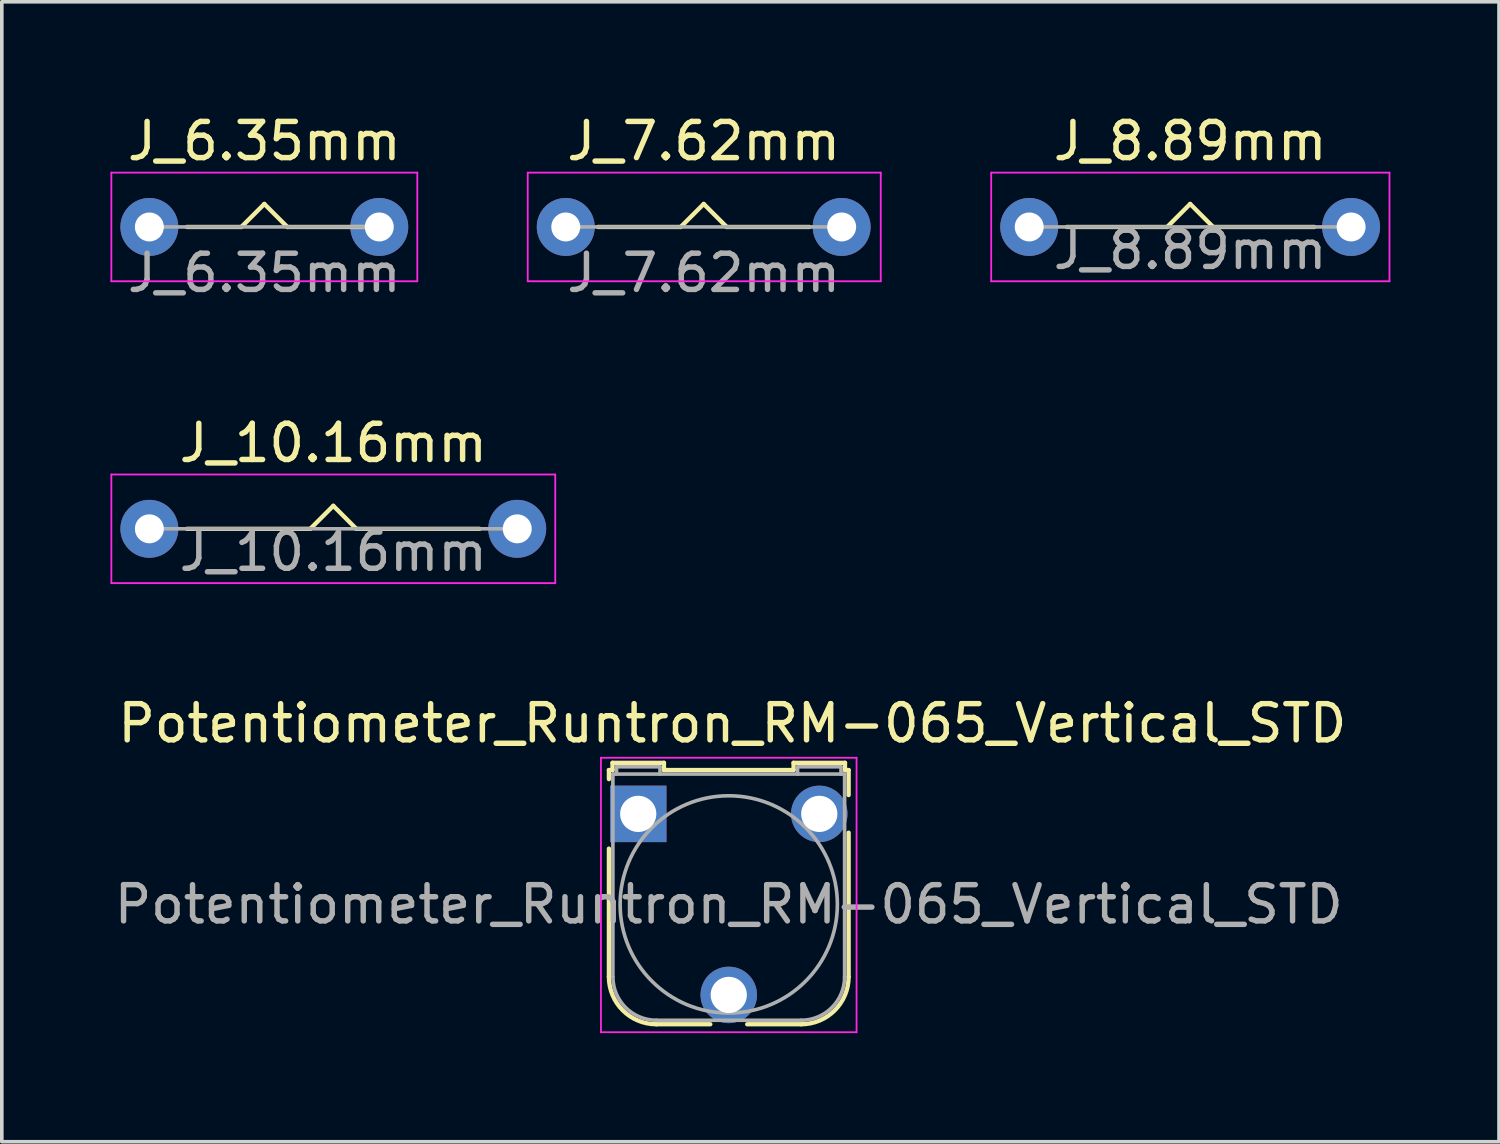
<source format=kicad_pcb>
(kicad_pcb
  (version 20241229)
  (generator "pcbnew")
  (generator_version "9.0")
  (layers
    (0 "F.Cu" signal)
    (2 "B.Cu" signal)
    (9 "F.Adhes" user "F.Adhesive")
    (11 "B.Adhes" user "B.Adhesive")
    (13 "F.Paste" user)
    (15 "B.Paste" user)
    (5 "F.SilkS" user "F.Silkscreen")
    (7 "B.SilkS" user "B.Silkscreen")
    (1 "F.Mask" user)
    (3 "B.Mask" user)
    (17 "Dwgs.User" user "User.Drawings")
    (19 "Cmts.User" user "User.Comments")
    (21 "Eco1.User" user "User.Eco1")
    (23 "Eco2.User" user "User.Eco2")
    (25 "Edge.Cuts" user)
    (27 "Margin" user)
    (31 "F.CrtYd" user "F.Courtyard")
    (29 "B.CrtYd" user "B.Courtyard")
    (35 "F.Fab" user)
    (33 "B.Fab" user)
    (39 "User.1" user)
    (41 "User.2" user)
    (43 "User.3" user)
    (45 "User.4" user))
  (footprint "Potentiometer_Runtron_RM-065_Vertical_STD"
    (layer "F.Cu")
    (at 14.577 19.428)
    (property "Reference" "Potentiometer_Runtron_RM-065_Vertical_STD" (at 2.6 -2.5 0) (layer "F.SilkS") (effects (font (size 1 1) (thickness 0.15))))
    (attr through_hole)
    (fp_line (start -0.81 -1.21) (end -0.81 -0.96) (stroke (width 0.12) (type solid)) (layer "F.SilkS"))
    (fp_line (start -0.81 4.5) (end -0.81 0.96) (stroke (width 0.12) (type solid)) (layer "F.SilkS"))
    (fp_line (start -0.71 -1.41) (end -0.71 -1.21) (stroke (width 0.12) (type solid)) (layer "F.SilkS"))
    (fp_line (start -0.71 -1.41) (end 0.71 -1.41) (stroke (width 0.12) (type solid)) (layer "F.SilkS"))
    (fp_line (start -0.71 -1.21) (end -0.81 -1.21) (stroke (width 0.12) (type solid)) (layer "F.SilkS"))
    (fp_line (start 0.71 -1.21) (end 0.71 -1.41) (stroke (width 0.12) (type solid)) (layer "F.SilkS"))
    (fp_line (start 0.71 -1.21) (end 4.29 -1.21) (stroke (width 0.12) (type solid)) (layer "F.SilkS"))
    (fp_line (start 1.99 5.81) (end 0.5 5.81) (stroke (width 0.12) (type solid)) (layer "F.SilkS"))
    (fp_line (start 4.29 -1.41) (end 5.71 -1.41) (stroke (width 0.12) (type solid)) (layer "F.SilkS"))
    (fp_line (start 4.29 -1.21) (end 4.29 -1.41) (stroke (width 0.12) (type solid)) (layer "F.SilkS"))
    (fp_line (start 4.5 5.81) (end 3.01 5.81) (stroke (width 0.12) (type solid)) (layer "F.SilkS"))
    (fp_line (start 5.71 -1.41) (end 5.71 -1.21) (stroke (width 0.12) (type solid)) (layer "F.SilkS"))
    (fp_line (start 5.71 -1.21) (end 5.81 -1.21) (stroke (width 0.12) (type solid)) (layer "F.SilkS"))
    (fp_line (start 5.81 -1.21) (end 5.81 -0.52) (stroke (width 0.12) (type solid)) (layer "F.SilkS"))
    (fp_line (start 5.81 0.52) (end 5.81 4.5) (stroke (width 0.12) (type solid)) (layer "F.SilkS"))
    (fp_arc (start 0.5 5.81) (mid -0.42631 5.42631) (end -0.81 4.5) (stroke (width 0.12) (type solid)) (layer "F.SilkS"))
    (fp_arc (start 5.81 4.5) (mid 5.42631 5.42631) (end 4.5 5.81) (stroke (width 0.12) (type solid)) (layer "F.SilkS"))
    (fp_line (start -1.03 -1.55) (end -1.03 6.03) (stroke (width 0.05) (type solid)) (layer "F.CrtYd"))
    (fp_line (start -1.03 -1.55) (end 6.03 -1.55) (stroke (width 0.05) (type solid)) (layer "F.CrtYd"))
    (fp_line (start 6.03 6.03) (end -1.03 6.03) (stroke (width 0.05) (type solid)) (layer "F.CrtYd"))
    (fp_line (start 6.03 6.03) (end 6.03 -1.55) (stroke (width 0.05) (type solid)) (layer "F.CrtYd"))
    (fp_line (start -0.7 4.5) (end -0.7 -1.1) (stroke (width 0.1) (type solid)) (layer "F.Fab"))
    (fp_line (start -0.6 -1.3) (end 0.6 -1.3) (stroke (width 0.1) (type solid)) (layer "F.Fab"))
    (fp_line (start -0.6 -1.1) (end -0.6 -1.3) (stroke (width 0.1) (type solid)) (layer "F.Fab"))
    (fp_line (start 0.5 5.7) (end 4.5 5.7) (stroke (width 0.1) (type solid)) (layer "F.Fab"))
    (fp_line (start 0.6 -1.3) (end 0.6 -1.1) (stroke (width 0.1) (type solid)) (layer "F.Fab"))
    (fp_line (start 4.4 -1.3) (end 4.4 -1.1) (stroke (width 0.1) (type solid)) (layer "F.Fab"))
    (fp_line (start 5.6 -1.3) (end 4.41 -1.3) (stroke (width 0.1) (type solid)) (layer "F.Fab"))
    (fp_line (start 5.6 -1.1) (end 5.6 -1.3) (stroke (width 0.1) (type solid)) (layer "F.Fab"))
    (fp_line (start 5.7 -1.1) (end -0.7 -1.1) (stroke (width 0.1) (type solid)) (layer "F.Fab"))
    (fp_line (start 5.7 4.5) (end 5.7 -1.1) (stroke (width 0.1) (type solid)) (layer "F.Fab"))
    (fp_arc (start 0.5 5.7) (mid -0.348528 5.348528) (end -0.7 4.5) (stroke (width 0.1) (type solid)) (layer "F.Fab"))
    (fp_arc (start 5.7 4.5) (mid 5.348528 5.348528) (end 4.5 5.7) (stroke (width 0.1) (type solid)) (layer "F.Fab"))
    (fp_circle (center 2.5 2.5) (end 5.5 2.5) (stroke (width 0.1) (type solid)) (fill no) (layer "F.Fab"))
    (fp_text user "${REFERENCE}" (at 2.5 2.5 0) (layer "F.Fab") (effects (font (size 1 1) (thickness 0.15))))
    (pad "1" thru_hole rect (at 0 0) (size 1.56 1.56) (drill 1) (layers "*.Cu" "*.Mask"))
    (pad "2" thru_hole circle (at 2.5 5) (size 1.56 1.56) (drill 1) (layers "*.Cu" "*.Mask"))
    (pad "3" thru_hole circle (at 5 0) (size 1.56 1.56) (drill 1) (layers "*.Cu" "*.Mask")))
  (footprint "J_7.62mm"
    (layer "F.Cu")
    (at 12.575 3.218)
    (property "Reference" "J_7.62mm" (at 3.81 -2.37 0) (layer "F.SilkS") (effects (font (size 1 1) (thickness 0.15))))
    (attr through_hole)
    (fp_line (start 0.889 0) (end 3.175 0) (stroke (width 0.12) (type solid)) (layer "F.SilkS"))
    (fp_line (start 3.81 -0.635) (end 3.175 0) (stroke (width 0.12) (type solid)) (layer "F.SilkS"))
    (fp_line (start 3.81 -0.635) (end 4.445 0) (stroke (width 0.12) (type solid)) (layer "F.SilkS"))
    (fp_line (start 6.731 0) (end 4.445 0) (stroke (width 0.12) (type solid)) (layer "F.SilkS"))
    (fp_line (start -1.05 -1.5) (end -1.05 1.5) (stroke (width 0.05) (type solid)) (layer "F.CrtYd"))
    (fp_line (start -1.05 1.5) (end 8.7 1.5) (stroke (width 0.05) (type solid)) (layer "F.CrtYd"))
    (fp_line (start 8.7 -1.5) (end -1.05 -1.5) (stroke (width 0.05) (type solid)) (layer "F.CrtYd"))
    (fp_line (start 8.7 1.5) (end 8.7 -1.5) (stroke (width 0.05) (type solid)) (layer "F.CrtYd"))
    (fp_line (start 0 0) (end 7.62 0) (stroke (width 0.1) (type solid)) (layer "F.Fab"))
    (fp_text user "${REFERENCE}" (at 3.81 1.27 0) (layer "F.Fab") (effects (font (size 1 1) (thickness 0.15))))
    (pad "1" thru_hole circle (at 0 0) (size 1.6 1.6) (drill 0.8) (layers "*.Cu" "*.Mask"))
    (pad "2" thru_hole oval (at 7.62 0) (size 1.6 1.6) (drill 0.8) (layers "*.Cu" "*.Mask")))
  (footprint "J_8.89mm"
    (layer "F.Cu")
    (at 25.375 3.218)
    (property "Reference" "J_8.89mm" (at 4.445 -2.37 0) (layer "F.SilkS") (effects (font (size 1 1) (thickness 0.15))))
    (attr through_hole)
    (fp_line (start 1.04 0) (end 3.81 0) (stroke (width 0.12) (type solid)) (layer "F.SilkS"))
    (fp_line (start 4.445 -0.635) (end 3.81 0) (stroke (width 0.12) (type solid)) (layer "F.SilkS"))
    (fp_line (start 4.445 -0.635) (end 5.08 0) (stroke (width 0.12) (type solid)) (layer "F.SilkS"))
    (fp_line (start 7.874 0) (end 5.08 0) (stroke (width 0.12) (type solid)) (layer "F.SilkS"))
    (fp_line (start -1.05 -1.5) (end -1.05 1.5) (stroke (width 0.05) (type solid)) (layer "F.CrtYd"))
    (fp_line (start -1.05 1.5) (end 9.95 1.5) (stroke (width 0.05) (type solid)) (layer "F.CrtYd"))
    (fp_line (start 9.95 -1.5) (end -1.05 -1.5) (stroke (width 0.05) (type solid)) (layer "F.CrtYd"))
    (fp_line (start 9.95 1.5) (end 9.95 -1.5) (stroke (width 0.05) (type solid)) (layer "F.CrtYd"))
    (fp_line (start 0 0) (end 8.89 0) (stroke (width 0.1) (type solid)) (layer "F.Fab"))
    (fp_text user "${REFERENCE}" (at 4.445 0.635 0) (layer "F.Fab") (effects (font (size 1 1) (thickness 0.15))))
    (pad "1" thru_hole circle (at 0 0) (size 1.6 1.6) (drill 0.8) (layers "*.Cu" "*.Mask"))
    (pad "2" thru_hole oval (at 8.89 0) (size 1.6 1.6) (drill 0.8) (layers "*.Cu" "*.Mask")))
  (footprint "J_6.35mm"
    (layer "F.Cu")
    (at 1.075 3.218)
    (property "Reference" "J_6.35mm" (at 3.175 -2.37 0) (layer "F.SilkS") (effects (font (size 1 1) (thickness 0.15))))
    (attr through_hole)
    (fp_line (start 1.04 0) (end 2.54 0) (stroke (width 0.12) (type solid)) (layer "F.SilkS"))
    (fp_line (start 3.175 -0.635) (end 2.54 0) (stroke (width 0.12) (type solid)) (layer "F.SilkS"))
    (fp_line (start 3.175 -0.635) (end 3.81 0) (stroke (width 0.12) (type solid)) (layer "F.SilkS"))
    (fp_line (start 6.35 0) (end 3.81 0) (stroke (width 0.12) (type solid)) (layer "F.SilkS"))
    (fp_line (start -1.05 -1.5) (end -1.05 1.5) (stroke (width 0.05) (type solid)) (layer "F.CrtYd"))
    (fp_line (start -1.05 1.5) (end 7.4 1.5) (stroke (width 0.05) (type solid)) (layer "F.CrtYd"))
    (fp_line (start 7.4 -1.5) (end -1.05 -1.5) (stroke (width 0.05) (type solid)) (layer "F.CrtYd"))
    (fp_line (start 7.4 1.5) (end 7.4 -1.5) (stroke (width 0.05) (type solid)) (layer "F.CrtYd"))
    (fp_line (start 0 0) (end 6.35 0) (stroke (width 0.1) (type solid)) (layer "F.Fab"))
    (fp_text user "${REFERENCE}" (at 3.175 1.27 0) (layer "F.Fab") (effects (font (size 1 1) (thickness 0.15))))
    (pad "1" thru_hole circle (at 0 0) (size 1.6 1.6) (drill 0.8) (layers "*.Cu" "*.Mask"))
    (pad "2" thru_hole oval (at 6.35 0) (size 1.6 1.6) (drill 0.8) (layers "*.Cu" "*.Mask")))
  (footprint "J_10.16mm"
    (layer "F.Cu")
    (at 1.075 11.555)
    (property "Reference" "J_10.16mm" (at 5.08 -2.37 0) (layer "F.SilkS") (effects (font (size 1 1) (thickness 0.15))))
    (attr through_hole)
    (fp_line (start 1.04 0) (end 4.445 0) (stroke (width 0.12) (type solid)) (layer "F.SilkS"))
    (fp_line (start 5.08 -0.635) (end 4.445 0) (stroke (width 0.12) (type solid)) (layer "F.SilkS"))
    (fp_line (start 5.08 -0.635) (end 5.715 0) (stroke (width 0.12) (type solid)) (layer "F.SilkS"))
    (fp_line (start 9.12 0) (end 5.715 0) (stroke (width 0.12) (type solid)) (layer "F.SilkS"))
    (fp_line (start -1.05 -1.5) (end -1.05 1.5) (stroke (width 0.05) (type solid)) (layer "F.CrtYd"))
    (fp_line (start -1.05 1.5) (end 11.21 1.5) (stroke (width 0.05) (type solid)) (layer "F.CrtYd"))
    (fp_line (start 11.21 -1.5) (end -1.05 -1.5) (stroke (width 0.05) (type solid)) (layer "F.CrtYd"))
    (fp_line (start 11.21 1.5) (end 11.21 -1.5) (stroke (width 0.05) (type solid)) (layer "F.CrtYd"))
    (fp_line (start 0 0) (end 10.16 0) (stroke (width 0.1) (type solid)) (layer "F.Fab"))
    (fp_text user "${REFERENCE}" (at 5.08 0.635 0) (layer "F.Fab") (effects (font (size 1 1) (thickness 0.15))))
    (pad "1" thru_hole circle (at 0 0) (size 1.6 1.6) (drill 0.8) (layers "*.Cu" "*.Mask"))
    (pad "2" thru_hole oval (at 10.16 0) (size 1.6 1.6) (drill 0.8) (layers "*.Cu" "*.Mask")))
  (gr_rect
    (start -3 -3)
    (end 38.35 28.483)
    (stroke (width 0.1) (type default))
    (fill no)
    (layer "Edge.Cuts")))
</source>
